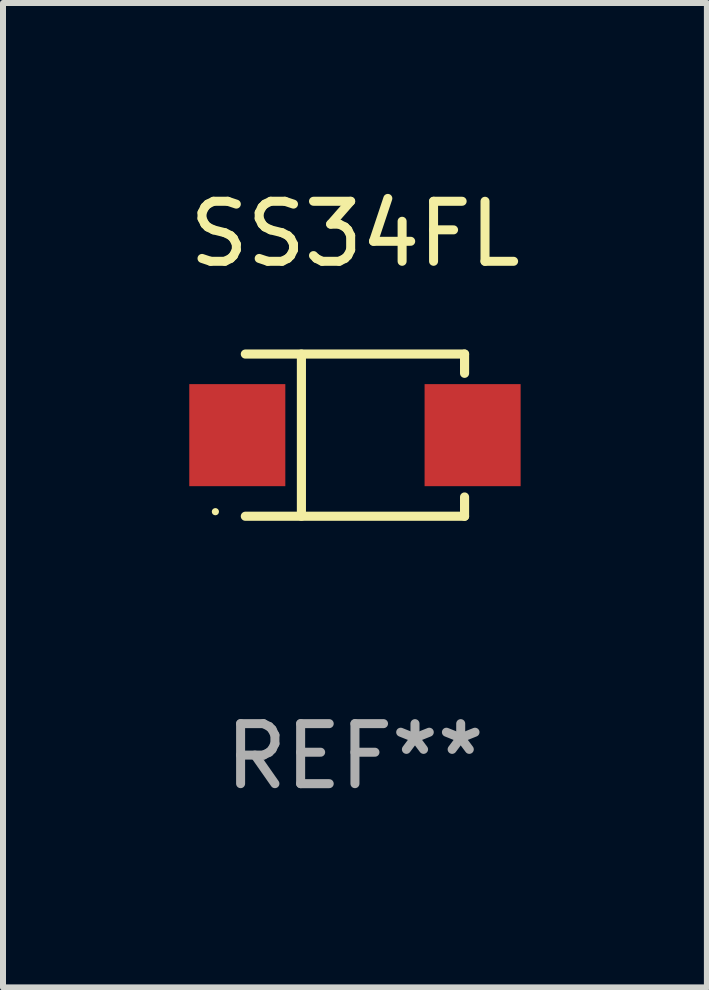
<source format=kicad_pcb>
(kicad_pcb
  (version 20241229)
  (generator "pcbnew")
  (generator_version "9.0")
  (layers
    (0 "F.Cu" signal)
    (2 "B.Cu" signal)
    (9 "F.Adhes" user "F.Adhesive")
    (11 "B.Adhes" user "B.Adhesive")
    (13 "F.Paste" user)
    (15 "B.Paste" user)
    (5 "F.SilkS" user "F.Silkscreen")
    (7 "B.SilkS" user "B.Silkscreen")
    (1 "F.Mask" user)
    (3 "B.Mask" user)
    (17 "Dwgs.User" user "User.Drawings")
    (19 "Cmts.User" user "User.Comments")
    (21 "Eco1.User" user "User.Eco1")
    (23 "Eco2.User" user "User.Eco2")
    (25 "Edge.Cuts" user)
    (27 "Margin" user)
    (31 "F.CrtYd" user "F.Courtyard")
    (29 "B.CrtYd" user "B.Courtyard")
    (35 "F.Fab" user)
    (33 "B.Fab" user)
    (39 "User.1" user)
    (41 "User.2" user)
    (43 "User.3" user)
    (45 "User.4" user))
  (footprint "SS34FL"
    (layer "F.Cu")
    (at 2.863 4.199)
    (property "Reference" "SS34FL" (at 0 -3.351 0) (layer "F.SilkS") (effects (font (size 1 1) (thickness 0.15))))
    (attr through_hole)
    (fp_line (start -1.826 -1.351) (end 1.826 -1.351) (stroke (width 0.152) (type solid)) (layer "F.SilkS"))
    (fp_line (start -1.826 1.351) (end 1.826 1.351) (stroke (width 0.152) (type solid)) (layer "F.SilkS"))
    (fp_line (start -0.892 -1.351) (end -0.892 1.351) (stroke (width 0.152) (type solid)) (layer "F.SilkS"))
    (fp_line (start 1.826 -1.351) (end 1.826 -1.03) (stroke (width 0.152) (type solid)) (layer "F.SilkS"))
    (fp_line (start 1.826 1.03) (end 1.826 1.351) (stroke (width 0.152) (type solid)) (layer "F.SilkS"))
    (fp_circle (center -2.325 1.275) (end -2.295 1.275) (stroke (width 0.06) (type solid)) (fill no) (layer "F.SilkS"))
    (fp_text user "REF**" (at 0 5.351 0) (layer "F.Fab") (effects (font (size 1 1) (thickness 0.15))))
    (pad "1" smd rect (at -1.96 0 180) (size 1.6 1.7) (layers "F.Cu" "F.Mask" "F.Paste"))
    (pad "2" smd rect (at 1.96 0 180) (size 1.6 1.7) (layers "F.Cu" "F.Mask" "F.Paste")))
  (gr_rect
    (start -3 -3)
    (end 8.726 13.399)
    (stroke (width 0.1) (type default))
    (fill no)
    (layer "Edge.Cuts")))
</source>
